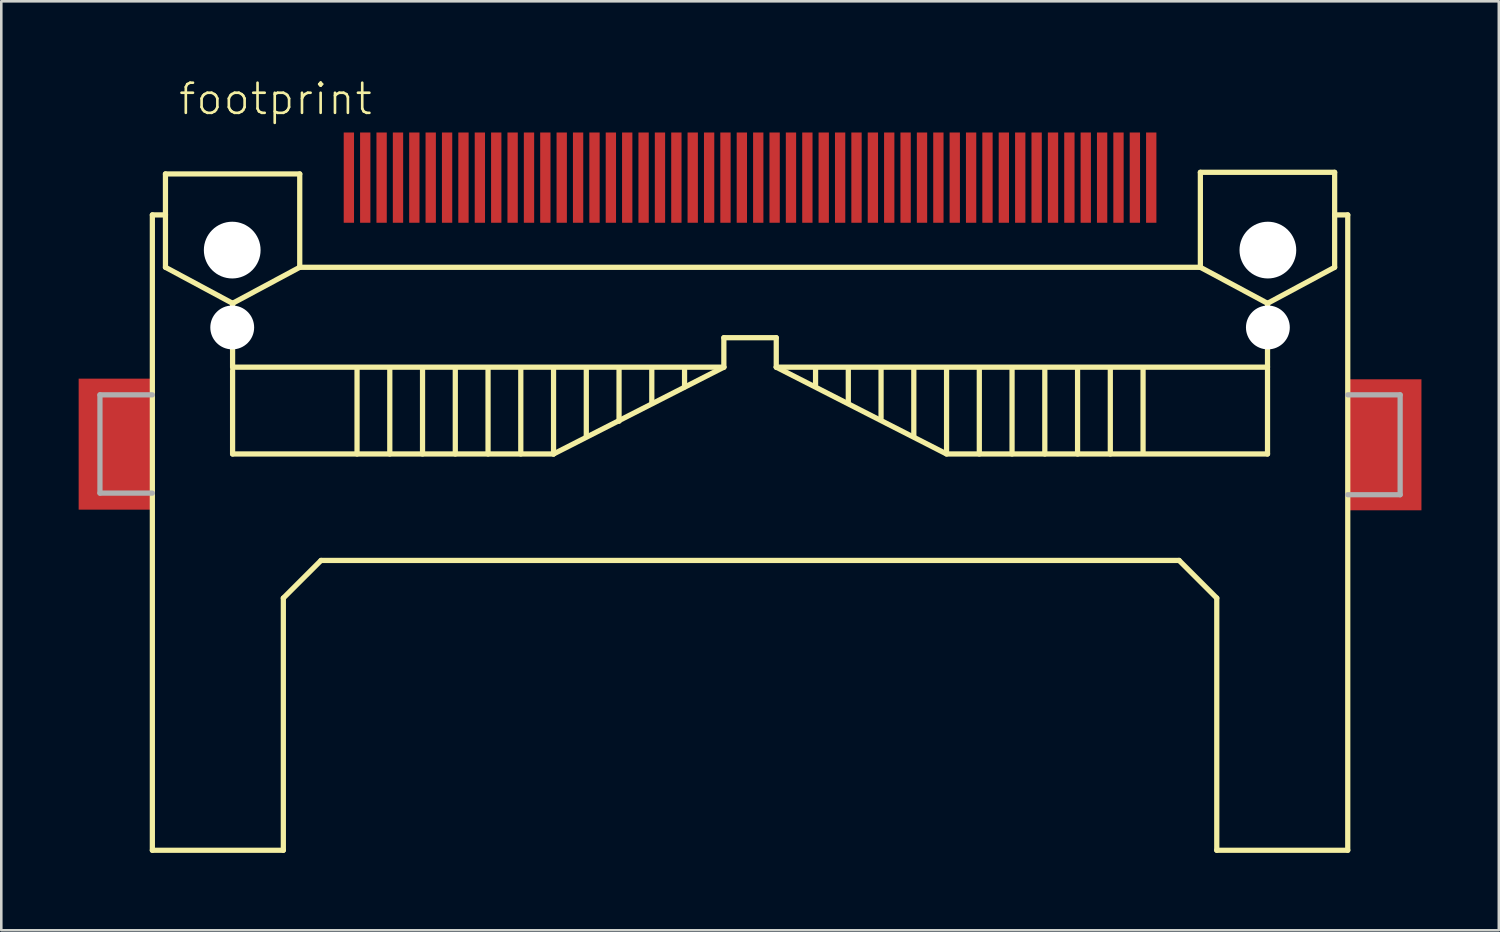
<source format=kicad_pcb>
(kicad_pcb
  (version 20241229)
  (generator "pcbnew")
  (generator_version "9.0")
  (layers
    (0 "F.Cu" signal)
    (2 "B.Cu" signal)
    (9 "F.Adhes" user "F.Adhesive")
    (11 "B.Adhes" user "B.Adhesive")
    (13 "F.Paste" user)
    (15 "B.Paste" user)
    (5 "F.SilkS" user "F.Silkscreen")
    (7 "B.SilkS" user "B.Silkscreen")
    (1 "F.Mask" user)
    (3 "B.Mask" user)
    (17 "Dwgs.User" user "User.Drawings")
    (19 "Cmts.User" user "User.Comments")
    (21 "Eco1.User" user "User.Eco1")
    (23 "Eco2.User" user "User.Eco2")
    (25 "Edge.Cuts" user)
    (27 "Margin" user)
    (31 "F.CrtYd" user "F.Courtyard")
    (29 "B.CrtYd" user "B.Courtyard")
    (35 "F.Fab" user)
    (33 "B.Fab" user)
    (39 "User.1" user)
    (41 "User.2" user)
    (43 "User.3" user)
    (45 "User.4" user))
  (footprint "footprint"
    (layer "F.Cu")
    (at 26.035 6.648)
    (property "Reference" "footprint" (at -22.225 -5.175 0) (layer "F.SilkS") (effects (font (size 1.168 1.168) (thickness 0.102)) (justify left bottom)))
    (fp_poly (pts (xy -26.035 10.065) (xy -23.177 10.065) (xy -23.177 4.985) (xy -26.035 4.985)) (stroke (width 0) (type solid)) (fill yes) (layer "F.Cu"))
    (fp_poly (pts (xy 23.177 10.09) (xy 26.035 10.09) (xy 26.035 5.01) (xy 23.177 5.01)) (stroke (width 0) (type solid)) (fill yes) (layer "F.Cu"))
    (fp_poly (pts (xy -26.025 10.05) (xy -23.175 10.05) (xy -23.175 5) (xy -26.025 5)) (stroke (width 0) (type solid)) (fill yes) (layer "F.Mask"))
    (fp_poly (pts (xy 23.175 10.075) (xy 26.025 10.075) (xy 26.025 5.025) (xy 23.175 5.025)) (stroke (width 0) (type solid)) (fill yes) (layer "F.Mask"))
    (fp_line (start -23.177 -1.365) (end -22.669 -1.365) (stroke (width 0.203) (type solid)) (layer "F.SilkS"))
    (fp_line (start -23.177 23.273) (end -23.177 -1.365) (stroke (width 0.203) (type solid)) (layer "F.SilkS"))
    (fp_line (start -22.669 -2.953) (end -17.462 -2.953) (stroke (width 0.203) (type solid)) (layer "F.SilkS"))
    (fp_line (start -22.669 -1.365) (end -22.669 -2.953) (stroke (width 0.203) (type solid)) (layer "F.SilkS"))
    (fp_line (start -22.669 0.667) (end -22.669 -1.365) (stroke (width 0.203) (type solid)) (layer "F.SilkS"))
    (fp_line (start -20.066 2.064) (end -22.669 0.667) (stroke (width 0.203) (type solid)) (layer "F.SilkS"))
    (fp_line (start -20.066 2.064) (end -20.066 4.54) (stroke (width 0.203) (type solid)) (layer "F.SilkS"))
    (fp_line (start -20.066 4.54) (end -1.016 4.54) (stroke (width 0.203) (type solid)) (layer "F.SilkS"))
    (fp_line (start -20.066 7.906) (end -20.066 4.668) (stroke (width 0.203) (type solid)) (layer "F.SilkS"))
    (fp_line (start -18.098 13.494) (end -18.098 23.273) (stroke (width 0.203) (type solid)) (layer "F.SilkS"))
    (fp_line (start -18.098 23.273) (end -23.177 23.273) (stroke (width 0.203) (type solid)) (layer "F.SilkS"))
    (fp_line (start -17.462 -2.953) (end -17.462 0.667) (stroke (width 0.203) (type solid)) (layer "F.SilkS"))
    (fp_line (start -17.462 0.667) (end -20.066 2.064) (stroke (width 0.203) (type solid)) (layer "F.SilkS"))
    (fp_line (start -17.462 0.667) (end 17.462 0.667) (stroke (width 0.203) (type solid)) (layer "F.SilkS"))
    (fp_line (start -16.637 12.034) (end -18.098 13.494) (stroke (width 0.203) (type solid)) (layer "F.SilkS"))
    (fp_line (start -15.24 4.604) (end -15.24 7.906) (stroke (width 0.203) (type solid)) (layer "F.SilkS"))
    (fp_line (start -13.97 4.604) (end -13.97 7.906) (stroke (width 0.203) (type solid)) (layer "F.SilkS"))
    (fp_line (start -12.7 4.604) (end -12.7 7.906) (stroke (width 0.203) (type solid)) (layer "F.SilkS"))
    (fp_line (start -11.43 4.604) (end -11.43 7.906) (stroke (width 0.203) (type solid)) (layer "F.SilkS"))
    (fp_line (start -10.16 4.604) (end -10.16 7.906) (stroke (width 0.203) (type solid)) (layer "F.SilkS"))
    (fp_line (start -8.89 4.604) (end -8.89 7.906) (stroke (width 0.203) (type solid)) (layer "F.SilkS"))
    (fp_line (start -7.62 4.604) (end -7.62 7.906) (stroke (width 0.203) (type solid)) (layer "F.SilkS"))
    (fp_line (start -7.62 7.906) (end -20.066 7.906) (stroke (width 0.203) (type solid)) (layer "F.SilkS"))
    (fp_line (start -6.35 4.604) (end -6.35 7.207) (stroke (width 0.203) (type solid)) (layer "F.SilkS"))
    (fp_line (start -5.08 4.604) (end -5.08 6.636) (stroke (width 0.203) (type solid)) (layer "F.SilkS"))
    (fp_line (start -3.81 4.604) (end -3.81 5.938) (stroke (width 0.203) (type solid)) (layer "F.SilkS"))
    (fp_line (start -2.54 4.604) (end -2.54 5.303) (stroke (width 0.203) (type solid)) (layer "F.SilkS"))
    (fp_line (start -1.016 3.397) (end 1.016 3.397) (stroke (width 0.203) (type solid)) (layer "F.SilkS"))
    (fp_line (start -1.016 4.54) (end -7.62 7.906) (stroke (width 0.203) (type solid)) (layer "F.SilkS"))
    (fp_line (start -1.016 4.54) (end -1.016 3.397) (stroke (width 0.203) (type solid)) (layer "F.SilkS"))
    (fp_line (start 1.016 3.397) (end 1.016 4.54) (stroke (width 0.203) (type solid)) (layer "F.SilkS"))
    (fp_line (start 1.016 4.54) (end 20.066 4.54) (stroke (width 0.203) (type solid)) (layer "F.SilkS"))
    (fp_line (start 2.54 4.604) (end 2.54 5.239) (stroke (width 0.203) (type solid)) (layer "F.SilkS"))
    (fp_line (start 3.81 4.604) (end 3.81 5.874) (stroke (width 0.203) (type solid)) (layer "F.SilkS"))
    (fp_line (start 5.08 4.604) (end 5.08 6.509) (stroke (width 0.203) (type solid)) (layer "F.SilkS"))
    (fp_line (start 6.35 4.604) (end 6.35 7.207) (stroke (width 0.203) (type solid)) (layer "F.SilkS"))
    (fp_line (start 7.62 4.604) (end 7.62 7.843) (stroke (width 0.203) (type solid)) (layer "F.SilkS"))
    (fp_line (start 7.62 7.906) (end 1.016 4.54) (stroke (width 0.203) (type solid)) (layer "F.SilkS"))
    (fp_line (start 8.89 4.604) (end 8.89 7.906) (stroke (width 0.203) (type solid)) (layer "F.SilkS"))
    (fp_line (start 10.16 4.604) (end 10.16 7.906) (stroke (width 0.203) (type solid)) (layer "F.SilkS"))
    (fp_line (start 11.43 4.604) (end 11.43 7.906) (stroke (width 0.203) (type solid)) (layer "F.SilkS"))
    (fp_line (start 12.7 4.604) (end 12.7 7.906) (stroke (width 0.203) (type solid)) (layer "F.SilkS"))
    (fp_line (start 13.97 4.604) (end 13.97 7.906) (stroke (width 0.203) (type solid)) (layer "F.SilkS"))
    (fp_line (start 15.24 7.843) (end 15.24 4.604) (stroke (width 0.203) (type solid)) (layer "F.SilkS"))
    (fp_line (start 16.637 12.034) (end -16.637 12.034) (stroke (width 0.203) (type solid)) (layer "F.SilkS"))
    (fp_line (start 17.462 -3.016) (end 22.669 -3.016) (stroke (width 0.203) (type solid)) (layer "F.SilkS"))
    (fp_line (start 17.462 0.667) (end 17.462 -3.016) (stroke (width 0.203) (type solid)) (layer "F.SilkS"))
    (fp_line (start 18.098 13.494) (end 16.637 12.034) (stroke (width 0.203) (type solid)) (layer "F.SilkS"))
    (fp_line (start 18.098 23.273) (end 18.098 13.494) (stroke (width 0.203) (type solid)) (layer "F.SilkS"))
    (fp_line (start 20.066 2.064) (end 17.462 0.667) (stroke (width 0.203) (type solid)) (layer "F.SilkS"))
    (fp_line (start 20.066 4.54) (end 20.066 2.064) (stroke (width 0.203) (type solid)) (layer "F.SilkS"))
    (fp_line (start 20.066 4.604) (end 20.066 7.906) (stroke (width 0.203) (type solid)) (layer "F.SilkS"))
    (fp_line (start 20.066 7.906) (end 7.62 7.906) (stroke (width 0.203) (type solid)) (layer "F.SilkS"))
    (fp_line (start 22.669 -3.016) (end 22.669 -1.365) (stroke (width 0.203) (type solid)) (layer "F.SilkS"))
    (fp_line (start 22.669 -1.365) (end 22.669 0.667) (stroke (width 0.203) (type solid)) (layer "F.SilkS"))
    (fp_line (start 22.669 -1.365) (end 23.177 -1.365) (stroke (width 0.203) (type solid)) (layer "F.SilkS"))
    (fp_line (start 22.669 0.667) (end 20.066 2.064) (stroke (width 0.203) (type solid)) (layer "F.SilkS"))
    (fp_line (start 23.177 -1.365) (end 23.177 23.273) (stroke (width 0.203) (type solid)) (layer "F.SilkS"))
    (fp_line (start 23.177 23.273) (end 18.098 23.273) (stroke (width 0.203) (type solid)) (layer "F.SilkS"))
    (fp_poly (pts (xy -26 10.025) (xy -23.2 10.025) (xy -23.2 5.025) (xy -26 5.025)) (stroke (width 0) (type solid)) (fill yes) (layer "F.Paste"))
    (fp_poly (pts (xy 23.2 10.05) (xy 26 10.05) (xy 26 5.05) (xy 23.2 5.05)) (stroke (width 0) (type solid)) (fill yes) (layer "F.Paste"))
    (fp_line (start -25.209 5.613) (end -23.177 5.613) (stroke (width 0.203) (type solid)) (layer "F.Fab"))
    (fp_line (start -25.209 9.423) (end -25.209 5.613) (stroke (width 0.203) (type solid)) (layer "F.Fab"))
    (fp_line (start -23.177 9.423) (end -25.209 9.423) (stroke (width 0.203) (type solid)) (layer "F.Fab"))
    (fp_line (start 23.177 5.613) (end 25.209 5.613) (stroke (width 0.203) (type solid)) (layer "F.Fab"))
    (fp_line (start 25.209 5.613) (end 25.209 9.486) (stroke (width 0.203) (type solid)) (layer "F.Fab"))
    (fp_line (start 25.209 9.486) (end 23.177 9.486) (stroke (width 0.203) (type solid)) (layer "F.Fab"))
    (pad "" np_thru_hole circle (at -20.08 0) (size 2.2 2.2) (drill 2.2) (layers "*.Cu" "*.Mask"))
    (pad "" np_thru_hole circle (at -20.08 3) (size 1.7 1.7) (drill 1.7) (layers "*.Cu" "*.Mask"))
    (pad "" np_thru_hole circle (at 20.08 0) (size 2.2 2.2) (drill 2.2) (layers "*.Cu" "*.Mask"))
    (pad "" np_thru_hole circle (at 20.08 3) (size 1.7 1.7) (drill 1.7) (layers "*.Cu" "*.Mask"))
    (pad "1" smd rect (at -15.557 -2.81) (size 0.4 3.5) (layers "F.Cu" "F.Mask" "F.Paste"))
    (pad "2" smd rect (at -14.287 -2.81) (size 0.4 3.5) (layers "F.Cu" "F.Mask" "F.Paste"))
    (pad "3" smd rect (at -13.018 -2.81) (size 0.4 3.5) (layers "F.Cu" "F.Mask" "F.Paste"))
    (pad "4" smd rect (at -11.748 -2.81) (size 0.4 3.5) (layers "F.Cu" "F.Mask" "F.Paste"))
    (pad "5" smd rect (at -10.477 -2.81) (size 0.4 3.5) (layers "F.Cu" "F.Mask" "F.Paste"))
    (pad "6" smd rect (at -9.207 -2.81) (size 0.4 3.5) (layers "F.Cu" "F.Mask" "F.Paste"))
    (pad "7" smd rect (at -7.938 -2.81) (size 0.4 3.5) (layers "F.Cu" "F.Mask" "F.Paste"))
    (pad "8" smd rect (at -6.668 -2.81) (size 0.4 3.5) (layers "F.Cu" "F.Mask" "F.Paste"))
    (pad "9" smd rect (at -5.397 -2.81) (size 0.4 3.5) (layers "F.Cu" "F.Mask" "F.Paste"))
    (pad "10" smd rect (at -4.128 -2.81) (size 0.4 3.5) (layers "F.Cu" "F.Mask" "F.Paste"))
    (pad "11" smd rect (at -2.857 -2.81) (size 0.4 3.5) (layers "F.Cu" "F.Mask" "F.Paste"))
    (pad "12" smd rect (at -1.587 -2.81) (size 0.4 3.5) (layers "F.Cu" "F.Mask" "F.Paste"))
    (pad "13" smd rect (at -0.318 -2.81) (size 0.4 3.5) (layers "F.Cu" "F.Mask" "F.Paste"))
    (pad "14" smd rect (at 0.953 -2.81) (size 0.4 3.5) (layers "F.Cu" "F.Mask" "F.Paste"))
    (pad "15" smd rect (at 2.223 -2.81) (size 0.4 3.5) (layers "F.Cu" "F.Mask" "F.Paste"))
    (pad "16" smd rect (at 3.493 -2.81) (size 0.4 3.5) (layers "F.Cu" "F.Mask" "F.Paste"))
    (pad "17" smd rect (at 4.763 -2.81) (size 0.4 3.5) (layers "F.Cu" "F.Mask" "F.Paste"))
    (pad "18" smd rect (at 6.032 -2.81) (size 0.4 3.5) (layers "F.Cu" "F.Mask" "F.Paste"))
    (pad "19" smd rect (at 7.303 -2.81) (size 0.4 3.5) (layers "F.Cu" "F.Mask" "F.Paste"))
    (pad "20" smd rect (at 8.572 -2.81) (size 0.4 3.5) (layers "F.Cu" "F.Mask" "F.Paste"))
    (pad "21" smd rect (at 9.842 -2.81) (size 0.4 3.5) (layers "F.Cu" "F.Mask" "F.Paste"))
    (pad "22" smd rect (at 11.113 -2.81) (size 0.4 3.5) (layers "F.Cu" "F.Mask" "F.Paste"))
    (pad "23" smd rect (at 12.383 -2.81) (size 0.4 3.5) (layers "F.Cu" "F.Mask" "F.Paste"))
    (pad "24" smd rect (at 13.652 -2.81) (size 0.4 3.5) (layers "F.Cu" "F.Mask" "F.Paste"))
    (pad "25" smd rect (at 14.922 -2.81) (size 0.4 3.5) (layers "F.Cu" "F.Mask" "F.Paste"))
    (pad "26" smd rect (at -14.922 -2.81) (size 0.4 3.5) (layers "F.Cu" "F.Mask" "F.Paste"))
    (pad "27" smd rect (at -13.652 -2.81) (size 0.4 3.5) (layers "F.Cu" "F.Mask" "F.Paste"))
    (pad "28" smd rect (at -12.383 -2.81) (size 0.4 3.5) (layers "F.Cu" "F.Mask" "F.Paste"))
    (pad "29" smd rect (at -11.113 -2.81) (size 0.4 3.5) (layers "F.Cu" "F.Mask" "F.Paste"))
    (pad "30" smd rect (at -9.842 -2.81) (size 0.4 3.5) (layers "F.Cu" "F.Mask" "F.Paste"))
    (pad "31" smd rect (at -8.572 -2.81) (size 0.4 3.5) (layers "F.Cu" "F.Mask" "F.Paste"))
    (pad "32" smd rect (at -7.303 -2.81) (size 0.4 3.5) (layers "F.Cu" "F.Mask" "F.Paste"))
    (pad "33" smd rect (at -6.032 -2.81) (size 0.4 3.5) (layers "F.Cu" "F.Mask" "F.Paste"))
    (pad "34" smd rect (at -4.763 -2.81) (size 0.4 3.5) (layers "F.Cu" "F.Mask" "F.Paste"))
    (pad "35" smd rect (at -3.493 -2.81) (size 0.4 3.5) (layers "F.Cu" "F.Mask" "F.Paste"))
    (pad "36" smd rect (at -2.223 -2.81) (size 0.4 3.5) (layers "F.Cu" "F.Mask" "F.Paste"))
    (pad "37" smd rect (at -0.953 -2.81) (size 0.4 3.5) (layers "F.Cu" "F.Mask" "F.Paste"))
    (pad "38" smd rect (at 0.318 -2.81) (size 0.4 3.5) (layers "F.Cu" "F.Mask" "F.Paste"))
    (pad "39" smd rect (at 1.587 -2.81) (size 0.4 3.5) (layers "F.Cu" "F.Mask" "F.Paste"))
    (pad "40" smd rect (at 2.857 -2.81) (size 0.4 3.5) (layers "F.Cu" "F.Mask" "F.Paste"))
    (pad "41" smd rect (at 4.128 -2.81) (size 0.4 3.5) (layers "F.Cu" "F.Mask" "F.Paste"))
    (pad "42" smd rect (at 5.397 -2.81) (size 0.4 3.5) (layers "F.Cu" "F.Mask" "F.Paste"))
    (pad "43" smd rect (at 6.668 -2.81) (size 0.4 3.5) (layers "F.Cu" "F.Mask" "F.Paste"))
    (pad "44" smd rect (at 7.938 -2.81) (size 0.4 3.5) (layers "F.Cu" "F.Mask" "F.Paste"))
    (pad "45" smd rect (at 9.207 -2.81) (size 0.4 3.5) (layers "F.Cu" "F.Mask" "F.Paste"))
    (pad "46" smd rect (at 10.477 -2.81) (size 0.4 3.5) (layers "F.Cu" "F.Mask" "F.Paste"))
    (pad "47" smd rect (at 11.748 -2.81) (size 0.4 3.5) (layers "F.Cu" "F.Mask" "F.Paste"))
    (pad "48" smd rect (at 13.018 -2.81) (size 0.4 3.5) (layers "F.Cu" "F.Mask" "F.Paste"))
    (pad "49" smd rect (at 14.287 -2.81) (size 0.4 3.5) (layers "F.Cu" "F.Mask" "F.Paste"))
    (pad "50" smd rect (at 15.557 -2.81) (size 0.4 3.5) (layers "F.Cu" "F.Mask" "F.Paste")))
  (gr_rect
    (start -3 -3)
    (end 55.07 33.023)
    (stroke (width 0.1) (type default))
    (fill no)
    (layer "Edge.Cuts")))
</source>
